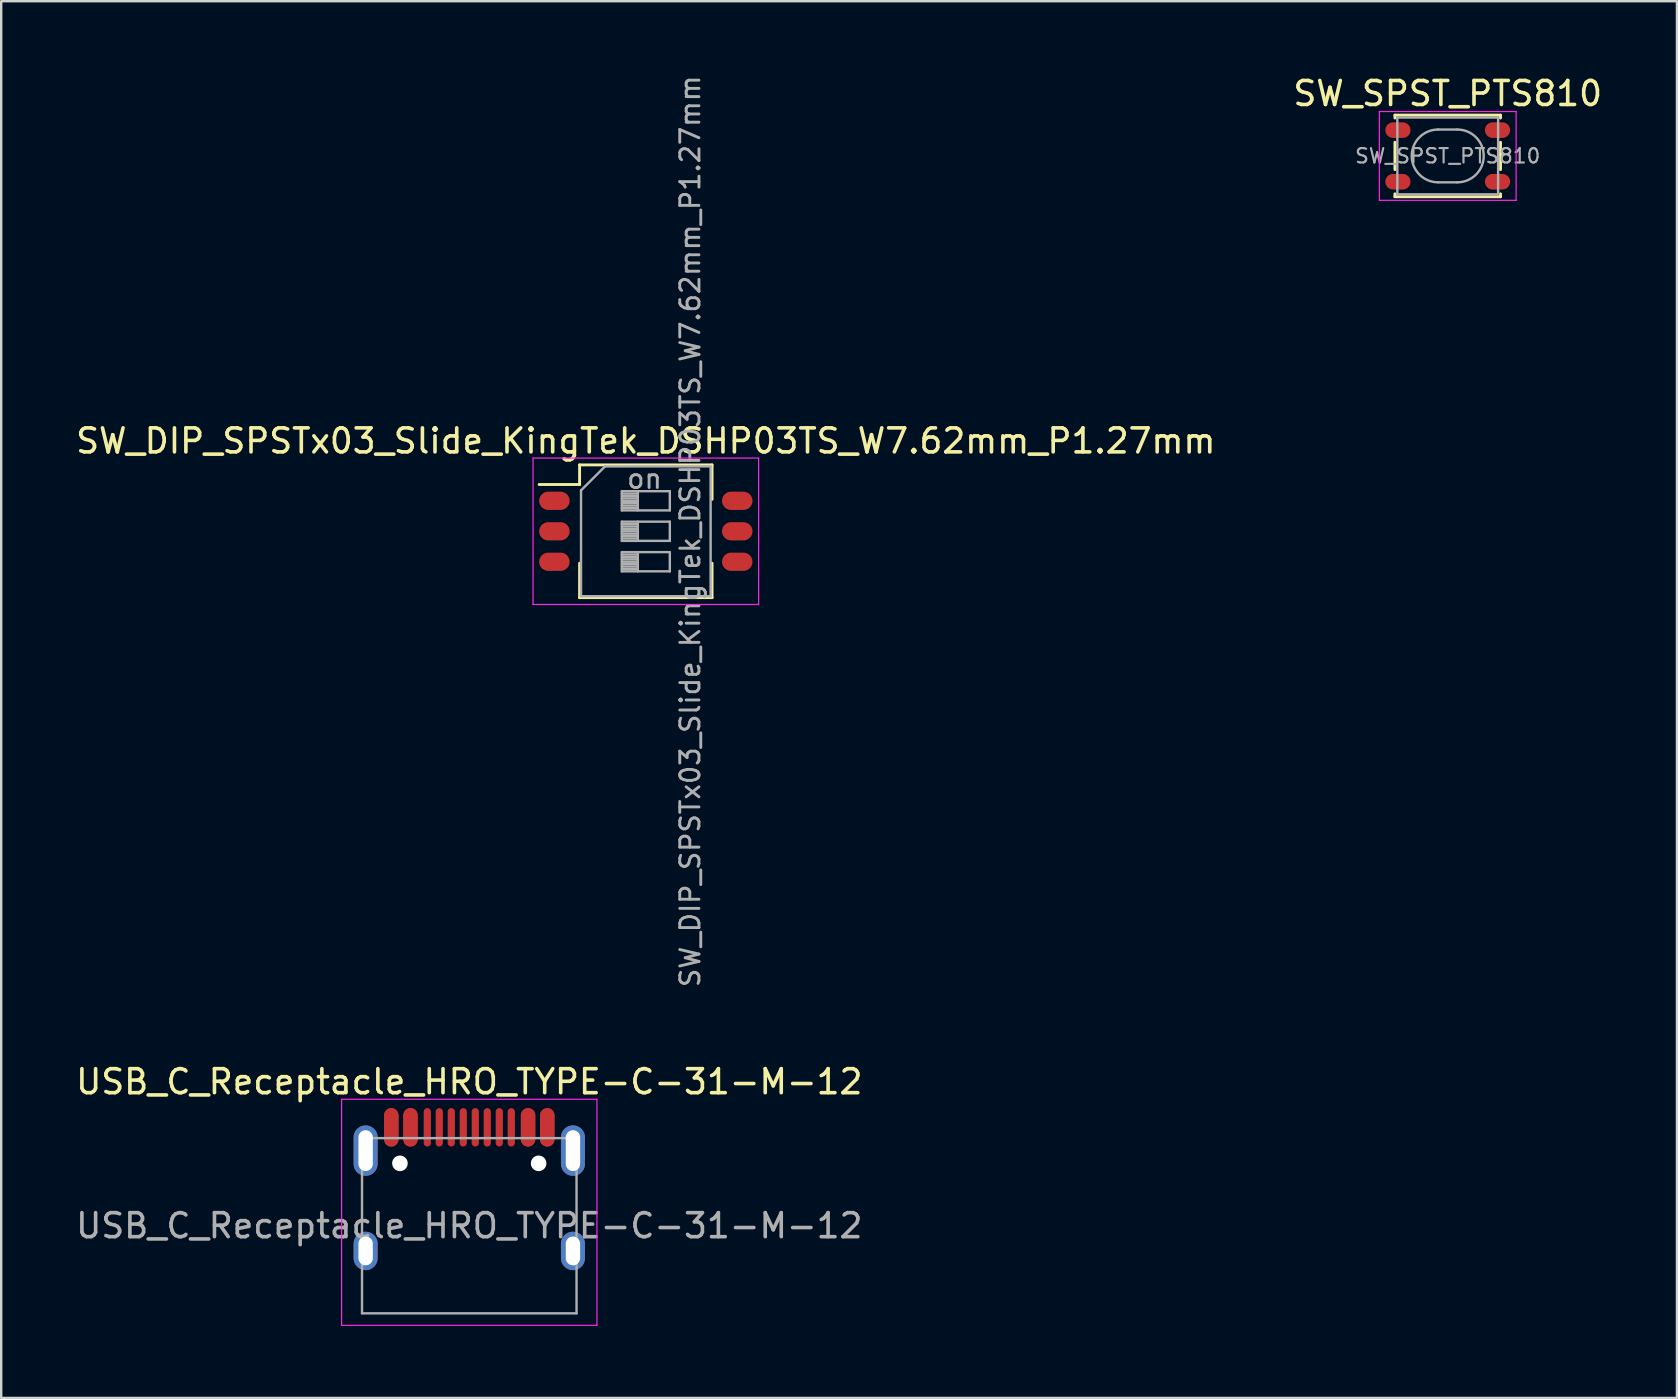
<source format=kicad_pcb>
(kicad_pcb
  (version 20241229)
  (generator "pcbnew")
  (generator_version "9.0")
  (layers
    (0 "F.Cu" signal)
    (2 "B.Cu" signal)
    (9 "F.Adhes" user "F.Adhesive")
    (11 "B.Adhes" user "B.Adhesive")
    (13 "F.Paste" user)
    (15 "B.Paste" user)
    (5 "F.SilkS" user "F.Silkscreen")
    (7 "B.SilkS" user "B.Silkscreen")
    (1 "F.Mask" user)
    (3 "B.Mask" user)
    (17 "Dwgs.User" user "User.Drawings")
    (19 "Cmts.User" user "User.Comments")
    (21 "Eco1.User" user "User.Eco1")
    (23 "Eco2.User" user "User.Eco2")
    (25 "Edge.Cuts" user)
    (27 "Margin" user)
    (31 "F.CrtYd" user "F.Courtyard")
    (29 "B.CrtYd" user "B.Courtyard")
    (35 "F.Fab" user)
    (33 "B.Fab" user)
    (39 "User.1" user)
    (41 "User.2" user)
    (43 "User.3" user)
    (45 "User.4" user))
  (footprint "SW_SPST_PTS810"
    (layer "F.Cu")
    (at 57.28 3.448)
    (property "Reference" "SW_SPST_PTS810" (at 0 -2.6 0) (layer "F.SilkS") (effects (font (size 1 1) (thickness 0.15))))
    (attr smd)
    (fp_line (start -2.2 -1.7) (end -2.2 -1.58) (stroke (width 0.12) (type solid)) (layer "F.SilkS"))
    (fp_line (start -2.2 -0.57) (end -2.2 0.57) (stroke (width 0.12) (type solid)) (layer "F.SilkS"))
    (fp_line (start -2.2 1.58) (end -2.2 1.7) (stroke (width 0.12) (type solid)) (layer "F.SilkS"))
    (fp_line (start -2.2 1.7) (end 2.2 1.7) (stroke (width 0.12) (type solid)) (layer "F.SilkS"))
    (fp_line (start 2.2 -1.7) (end -2.2 -1.7) (stroke (width 0.12) (type solid)) (layer "F.SilkS"))
    (fp_line (start 2.2 -1.58) (end 2.2 -1.7) (stroke (width 0.12) (type solid)) (layer "F.SilkS"))
    (fp_line (start 2.2 0.57) (end 2.2 -0.57) (stroke (width 0.12) (type solid)) (layer "F.SilkS"))
    (fp_line (start 2.2 1.7) (end 2.2 1.58) (stroke (width 0.12) (type solid)) (layer "F.SilkS"))
    (fp_line (start -2.85 -1.85) (end 2.85 -1.85) (stroke (width 0.05) (type solid)) (layer "F.CrtYd"))
    (fp_line (start -2.85 1.85) (end -2.85 -1.85) (stroke (width 0.05) (type solid)) (layer "F.CrtYd"))
    (fp_line (start 2.85 -1.85) (end 2.85 1.85) (stroke (width 0.05) (type solid)) (layer "F.CrtYd"))
    (fp_line (start 2.85 1.85) (end -2.85 1.85) (stroke (width 0.05) (type solid)) (layer "F.CrtYd"))
    (fp_line (start -2.1 -1.6) (end -2.1 1.6) (stroke (width 0.1) (type solid)) (layer "F.Fab"))
    (fp_line (start -2.1 1.6) (end 2.1 1.6) (stroke (width 0.1) (type solid)) (layer "F.Fab"))
    (fp_line (start -0.4 -1.1) (end 0.4 -1.1) (stroke (width 0.1) (type solid)) (layer "F.Fab"))
    (fp_line (start 0.4 1.1) (end -0.4 1.1) (stroke (width 0.1) (type solid)) (layer "F.Fab"))
    (fp_line (start 2.1 -1.6) (end -2.1 -1.6) (stroke (width 0.1) (type solid)) (layer "F.Fab"))
    (fp_line (start 2.1 1.6) (end 2.1 -1.6) (stroke (width 0.1) (type solid)) (layer "F.Fab"))
    (fp_arc (start -0.4 1.1) (mid -1.5 0) (end -0.4 -1.1) (stroke (width 0.1) (type solid)) (layer "F.Fab"))
    (fp_arc (start 0.4 -1.1) (mid 1.5 0) (end 0.4 1.1) (stroke (width 0.1) (type solid)) (layer "F.Fab"))
    (fp_text user "${REFERENCE}" (at 0 0 0) (layer "F.Fab") (effects (font (size 0.6 0.6) (thickness 0.09))))
    (pad "1" smd oval (at -2.075 -1.075) (size 1.05 0.65) (layers "F.Cu" "F.Mask" "F.Paste"))
    (pad "1" smd oval (at 2.075 -1.075) (size 1.05 0.65) (layers "F.Cu" "F.Mask" "F.Paste"))
    (pad "2" smd oval (at -2.075 1.075) (size 1.05 0.65) (layers "F.Cu" "F.Mask" "F.Paste"))
    (pad "2" smd oval (at 2.075 1.075) (size 1.05 0.65) (layers "F.Cu" "F.Mask" "F.Paste")))
  (footprint "USB_C_Receptacle_HRO_TYPE-C-31-M-12"
    (layer "F.Cu")
    (at 16.506 48.029)
    (property "Reference" "USB_C_Receptacle_HRO_TYPE-C-31-M-12" (at 0 -6 0) (layer "F.SilkS") (effects (font (size 1 1) (thickness 0.15))))
    (attr smd)
    (fp_line (start -5.32 -5.27) (end -5.32 4.15) (stroke (width 0.05) (type solid)) (layer "F.CrtYd"))
    (fp_line (start -5.32 -5.27) (end 5.32 -5.27) (stroke (width 0.05) (type solid)) (layer "F.CrtYd"))
    (fp_line (start -5.32 4.15) (end 5.32 4.15) (stroke (width 0.05) (type solid)) (layer "F.CrtYd"))
    (fp_line (start 5.32 -5.27) (end 5.32 4.15) (stroke (width 0.05) (type solid)) (layer "F.CrtYd"))
    (fp_line (start -4.47 -3.65) (end -4.47 3.65) (stroke (width 0.1) (type solid)) (layer "F.Fab"))
    (fp_line (start -4.47 -3.65) (end 4.47 -3.65) (stroke (width 0.1) (type solid)) (layer "F.Fab"))
    (fp_line (start -4.47 3.65) (end 4.47 3.65) (stroke (width 0.1) (type solid)) (layer "F.Fab"))
    (fp_line (start 4.47 -3.65) (end 4.47 3.65) (stroke (width 0.1) (type solid)) (layer "F.Fab"))
    (fp_text user "${REFERENCE}" (at 0 0 0) (layer "F.Fab") (effects (font (size 1 1) (thickness 0.15))))
    (pad "" np_thru_hole circle (at -2.89 -2.6) (size 0.65 0.65) (drill 0.65) (layers "*.Cu" "*.Mask"))
    (pad "" np_thru_hole circle (at 2.89 -2.6) (size 0.65 0.65) (drill 0.65) (layers "*.Cu" "*.Mask"))
    (pad "A1" smd oval (at -3.25 -4.1) (size 0.6 1.6) (layers "F.Cu" "F.Mask" "F.Paste"))
    (pad "A4" smd oval (at -2.45 -4.1) (size 0.6 1.6) (layers "F.Cu" "F.Mask" "F.Paste"))
    (pad "A5" smd oval (at -1.25 -4.1) (size 0.3 1.6) (layers "F.Cu" "F.Mask" "F.Paste"))
    (pad "A6" smd oval (at -0.25 -4.1) (size 0.3 1.6) (layers "F.Cu" "F.Mask" "F.Paste"))
    (pad "A7" smd oval (at 0.25 -4.1) (size 0.3 1.6) (layers "F.Cu" "F.Mask" "F.Paste"))
    (pad "A8" smd oval (at 1.25 -4.1) (size 0.3 1.6) (layers "F.Cu" "F.Mask" "F.Paste"))
    (pad "A9" smd oval (at 2.45 -4.1) (size 0.6 1.6) (layers "F.Cu" "F.Mask" "F.Paste"))
    (pad "A12" smd oval (at 3.25 -4.1) (size 0.6 1.6) (layers "F.Cu" "F.Mask" "F.Paste"))
    (pad "B1" smd oval (at 3.25 -4.1) (size 0.6 1.6) (layers "F.Cu" "F.Mask" "F.Paste"))
    (pad "B4" smd oval (at 2.45 -4.1) (size 0.6 1.6) (layers "F.Cu" "F.Mask" "F.Paste"))
    (pad "B5" smd oval (at 1.75 -4.1) (size 0.3 1.6) (layers "F.Cu" "F.Mask" "F.Paste"))
    (pad "B6" smd oval (at 0.75 -4.1) (size 0.3 1.6) (layers "F.Cu" "F.Mask" "F.Paste"))
    (pad "B7" smd oval (at -0.75 -4.1) (size 0.3 1.6) (layers "F.Cu" "F.Mask" "F.Paste"))
    (pad "B8" smd oval (at -1.75 -4.1) (size 0.3 1.6) (layers "F.Cu" "F.Mask" "F.Paste"))
    (pad "B9" smd oval (at -2.45 -4.1) (size 0.6 1.6) (layers "F.Cu" "F.Mask" "F.Paste"))
    (pad "B12" smd oval (at -3.25 -4.1) (size 0.6 1.6) (layers "F.Cu" "F.Mask" "F.Paste"))
    (pad "S1" thru_hole oval (at -4.32 -3.13) (size 1 2.1) (drill oval 0.6 1.7) (layers "*.Cu" "*.Mask"))
    (pad "S1" thru_hole oval (at -4.32 1.05) (size 1 1.6) (drill oval 0.6 1.2) (layers "*.Cu" "*.Mask"))
    (pad "S1" thru_hole oval (at 4.32 -3.13) (size 1 2.1) (drill oval 0.6 1.7) (layers "*.Cu" "*.Mask"))
    (pad "S1" thru_hole oval (at 4.32 1.05) (size 1 1.6) (drill oval 0.6 1.2) (layers "*.Cu" "*.Mask")))
  (footprint "SW_DIP_SPSTx03_Slide_KingTek_DSHP03TS_W7.62mm_P1.27mm"
    (layer "F.Cu")
    (at 23.863 19.09)
    (property "Reference" "SW_DIP_SPSTx03_Slide_KingTek_DSHP03TS_W7.62mm_P1.27mm" (at 0 -3.765 0) (layer "F.SilkS") (effects (font (size 1 1) (thickness 0.15))))
    (attr smd)
    (fp_line (start -4.446 -1.95) (end -2.76 -1.95) (stroke (width 0.12) (type solid)) (layer "F.SilkS"))
    (fp_line (start -2.76 -2.766) (end -2.76 -1.95) (stroke (width 0.12) (type solid)) (layer "F.SilkS"))
    (fp_line (start -2.76 -2.766) (end 2.76 -2.766) (stroke (width 0.12) (type solid)) (layer "F.SilkS"))
    (fp_line (start -2.76 1.33) (end -2.76 2.765) (stroke (width 0.12) (type solid)) (layer "F.SilkS"))
    (fp_line (start -2.76 2.765) (end 2.76 2.765) (stroke (width 0.12) (type solid)) (layer "F.SilkS"))
    (fp_line (start 2.76 -2.766) (end 2.76 -1.331) (stroke (width 0.12) (type solid)) (layer "F.SilkS"))
    (fp_line (start 2.76 1.33) (end 2.76 2.765) (stroke (width 0.12) (type solid)) (layer "F.SilkS"))
    (fp_line (start -4.7 -3.05) (end -4.7 3.05) (stroke (width 0.05) (type solid)) (layer "F.CrtYd"))
    (fp_line (start -4.7 3.05) (end 4.7 3.05) (stroke (width 0.05) (type solid)) (layer "F.CrtYd"))
    (fp_line (start 4.7 -3.05) (end -4.7 -3.05) (stroke (width 0.05) (type solid)) (layer "F.CrtYd"))
    (fp_line (start 4.7 3.05) (end 4.7 -3.05) (stroke (width 0.05) (type solid)) (layer "F.CrtYd"))
    (fp_line (start -2.7 -1.705) (end -1.7 -2.705) (stroke (width 0.1) (type solid)) (layer "F.Fab"))
    (fp_line (start -2.7 2.705) (end -2.7 -1.705) (stroke (width 0.1) (type solid)) (layer "F.Fab"))
    (fp_line (start -1.7 -2.705) (end 2.7 -2.705) (stroke (width 0.1) (type solid)) (layer "F.Fab"))
    (fp_line (start -1 -1.67) (end -1 -0.87) (stroke (width 0.1) (type solid)) (layer "F.Fab"))
    (fp_line (start -1 -1.57) (end -0.333 -1.57) (stroke (width 0.1) (type solid)) (layer "F.Fab"))
    (fp_line (start -1 -1.47) (end -0.333 -1.47) (stroke (width 0.1) (type solid)) (layer "F.Fab"))
    (fp_line (start -1 -1.37) (end -0.333 -1.37) (stroke (width 0.1) (type solid)) (layer "F.Fab"))
    (fp_line (start -1 -1.27) (end -0.333 -1.27) (stroke (width 0.1) (type solid)) (layer "F.Fab"))
    (fp_line (start -1 -1.17) (end -0.333 -1.17) (stroke (width 0.1) (type solid)) (layer "F.Fab"))
    (fp_line (start -1 -1.07) (end -0.333 -1.07) (stroke (width 0.1) (type solid)) (layer "F.Fab"))
    (fp_line (start -1 -0.97) (end -0.333 -0.97) (stroke (width 0.1) (type solid)) (layer "F.Fab"))
    (fp_line (start -1 -0.87) (end 1 -0.87) (stroke (width 0.1) (type solid)) (layer "F.Fab"))
    (fp_line (start -1 -0.4) (end -1 0.4) (stroke (width 0.1) (type solid)) (layer "F.Fab"))
    (fp_line (start -1 -0.3) (end -0.333 -0.3) (stroke (width 0.1) (type solid)) (layer "F.Fab"))
    (fp_line (start -1 -0.2) (end -0.333 -0.2) (stroke (width 0.1) (type solid)) (layer "F.Fab"))
    (fp_line (start -1 -0.1) (end -0.333 -0.1) (stroke (width 0.1) (type solid)) (layer "F.Fab"))
    (fp_line (start -1 0) (end -0.333 0) (stroke (width 0.1) (type solid)) (layer "F.Fab"))
    (fp_line (start -1 0.1) (end -0.333 0.1) (stroke (width 0.1) (type solid)) (layer "F.Fab"))
    (fp_line (start -1 0.2) (end -0.333 0.2) (stroke (width 0.1) (type solid)) (layer "F.Fab"))
    (fp_line (start -1 0.3) (end -0.333 0.3) (stroke (width 0.1) (type solid)) (layer "F.Fab"))
    (fp_line (start -1 0.4) (end 1 0.4) (stroke (width 0.1) (type solid)) (layer "F.Fab"))
    (fp_line (start -1 0.87) (end -1 1.67) (stroke (width 0.1) (type solid)) (layer "F.Fab"))
    (fp_line (start -1 0.97) (end -0.333 0.97) (stroke (width 0.1) (type solid)) (layer "F.Fab"))
    (fp_line (start -1 1.07) (end -0.333 1.07) (stroke (width 0.1) (type solid)) (layer "F.Fab"))
    (fp_line (start -1 1.17) (end -0.333 1.17) (stroke (width 0.1) (type solid)) (layer "F.Fab"))
    (fp_line (start -1 1.27) (end -0.333 1.27) (stroke (width 0.1) (type solid)) (layer "F.Fab"))
    (fp_line (start -1 1.37) (end -0.333 1.37) (stroke (width 0.1) (type solid)) (layer "F.Fab"))
    (fp_line (start -1 1.47) (end -0.333 1.47) (stroke (width 0.1) (type solid)) (layer "F.Fab"))
    (fp_line (start -1 1.57) (end -0.333 1.57) (stroke (width 0.1) (type solid)) (layer "F.Fab"))
    (fp_line (start -1 1.67) (end 1 1.67) (stroke (width 0.1) (type solid)) (layer "F.Fab"))
    (fp_line (start -0.333 -1.67) (end -0.333 -0.87) (stroke (width 0.1) (type solid)) (layer "F.Fab"))
    (fp_line (start -0.333 -0.4) (end -0.333 0.4) (stroke (width 0.1) (type solid)) (layer "F.Fab"))
    (fp_line (start -0.333 0.87) (end -0.333 1.67) (stroke (width 0.1) (type solid)) (layer "F.Fab"))
    (fp_line (start 1 -1.67) (end -1 -1.67) (stroke (width 0.1) (type solid)) (layer "F.Fab"))
    (fp_line (start 1 -0.87) (end 1 -1.67) (stroke (width 0.1) (type solid)) (layer "F.Fab"))
    (fp_line (start 1 -0.4) (end -1 -0.4) (stroke (width 0.1) (type solid)) (layer "F.Fab"))
    (fp_line (start 1 0.4) (end 1 -0.4) (stroke (width 0.1) (type solid)) (layer "F.Fab"))
    (fp_line (start 1 0.87) (end -1 0.87) (stroke (width 0.1) (type solid)) (layer "F.Fab"))
    (fp_line (start 1 1.67) (end 1 0.87) (stroke (width 0.1) (type solid)) (layer "F.Fab"))
    (fp_line (start 2.7 -2.705) (end 2.7 2.705) (stroke (width 0.1) (type solid)) (layer "F.Fab"))
    (fp_line (start 2.7 2.705) (end -2.7 2.705) (stroke (width 0.1) (type solid)) (layer "F.Fab"))
    (fp_text user "${REFERENCE}" (at 1.85 0 90) (layer "F.Fab") (effects (font (size 0.8 0.8) (thickness 0.12))))
    (fp_text user "on" (at -0.055 -2.188 0) (layer "F.Fab") (effects (font (size 0.8 0.8) (thickness 0.12))))
    (pad "1" smd oval (at -3.81 -1.27) (size 1.27 0.76) (layers "F.Cu" "F.Mask" "F.Paste"))
    (pad "2" smd oval (at -3.81 0) (size 1.27 0.76) (layers "F.Cu" "F.Mask" "F.Paste"))
    (pad "3" smd oval (at -3.81 1.27) (size 1.27 0.76) (layers "F.Cu" "F.Mask" "F.Paste"))
    (pad "4" smd oval (at 3.81 1.27) (size 1.27 0.76) (layers "F.Cu" "F.Mask" "F.Paste"))
    (pad "5" smd oval (at 3.81 0) (size 1.27 0.76) (layers "F.Cu" "F.Mask" "F.Paste"))
    (pad "6" smd oval (at 3.81 -1.27) (size 1.27 0.76) (layers "F.Cu" "F.Mask" "F.Paste")))
  (gr_rect
    (start -3 -3)
    (end 66.833 55.204)
    (stroke (width 0.1) (type default))
    (fill no)
    (layer "Edge.Cuts")))
</source>
